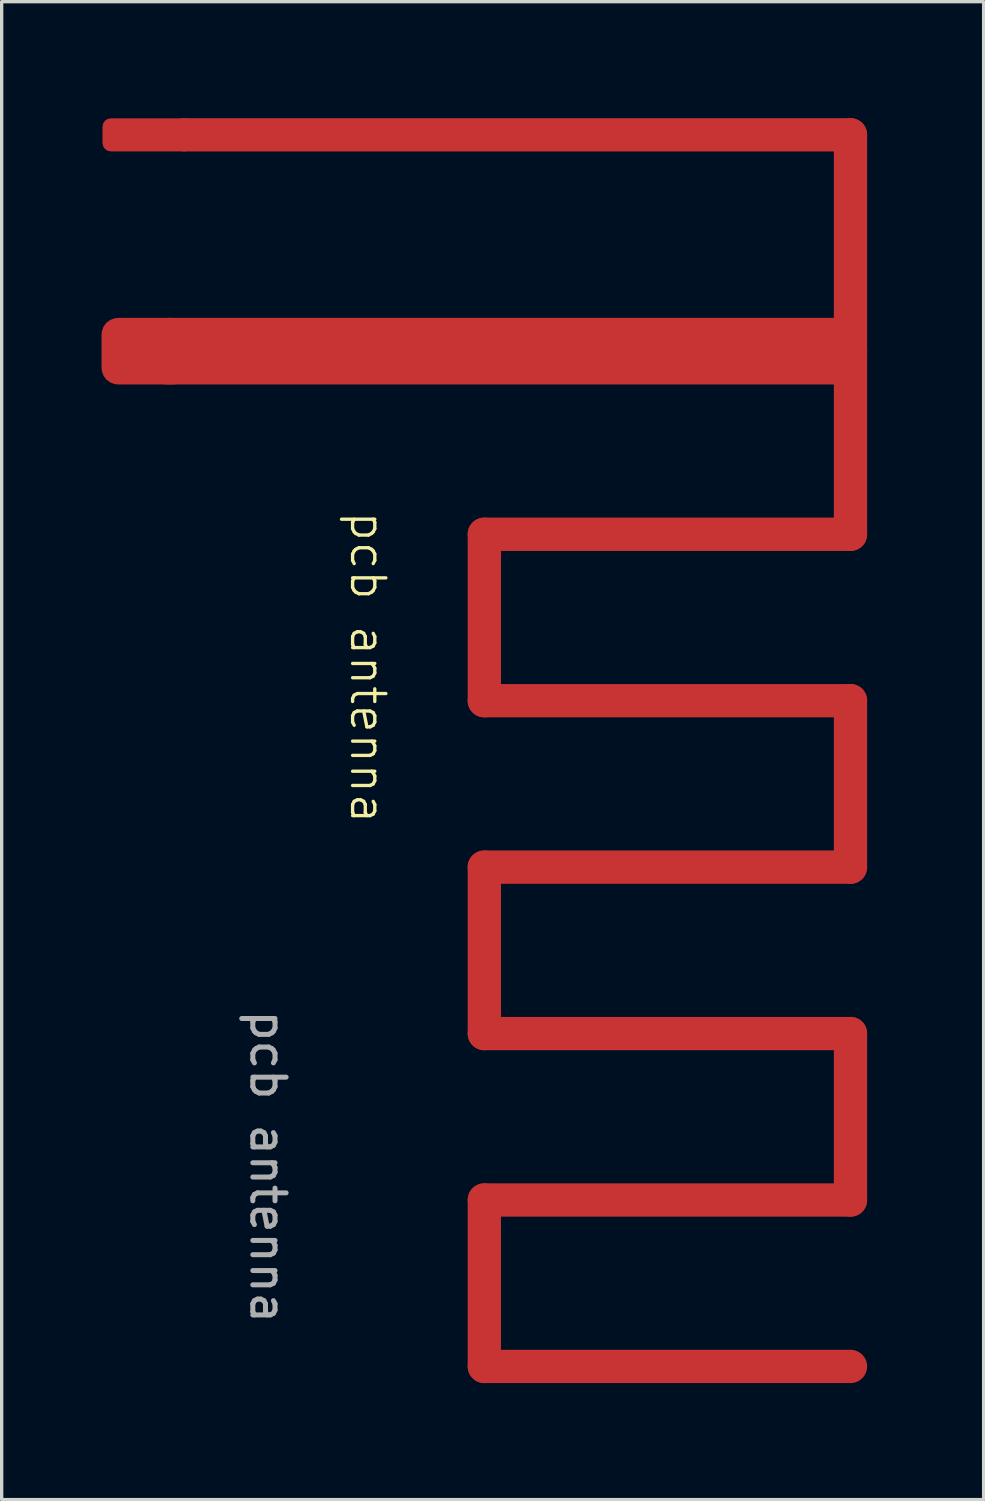
<source format=kicad_pcb>
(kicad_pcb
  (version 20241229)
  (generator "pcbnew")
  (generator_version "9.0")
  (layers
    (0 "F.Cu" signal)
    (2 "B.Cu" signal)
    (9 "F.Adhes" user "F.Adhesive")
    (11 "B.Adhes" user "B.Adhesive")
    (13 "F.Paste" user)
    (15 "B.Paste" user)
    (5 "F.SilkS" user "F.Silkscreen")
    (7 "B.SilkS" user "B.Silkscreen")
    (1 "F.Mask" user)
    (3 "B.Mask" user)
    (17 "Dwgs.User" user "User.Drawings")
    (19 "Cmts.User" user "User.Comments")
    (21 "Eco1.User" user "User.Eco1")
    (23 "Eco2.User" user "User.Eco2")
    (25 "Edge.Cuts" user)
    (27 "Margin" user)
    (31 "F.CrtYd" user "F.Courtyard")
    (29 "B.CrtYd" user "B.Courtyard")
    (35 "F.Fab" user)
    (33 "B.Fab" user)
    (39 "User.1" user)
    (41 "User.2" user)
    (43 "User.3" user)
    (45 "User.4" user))
  (footprint "pcb antenna"
    (layer "F.Cu")
    (at 13 16.5)
    (property "Reference" "pcb antenna" (at -5 0.5 270) (unlocked yes) (layer "F.SilkS") (effects (font (size 1 1) (thickness 0.1))))
    (attr smd)
    (fp_line (start -11 -9) (end 9 -9) (stroke (width 2) (type default)) (layer "F.Cu"))
    (fp_line (start -10.5 -15.5) (end 9.5 -15.5) (stroke (width 1) (type default)) (layer "F.Cu"))
    (fp_line (start -1.5 -3.5) (end 9.5 -3.5) (stroke (width 1) (type default)) (layer "F.Cu"))
    (fp_line (start -1.5 1.5) (end -1.5 -3.5) (stroke (width 1) (type default)) (layer "F.Cu"))
    (fp_line (start -1.5 1.5) (end 9.5 1.5) (stroke (width 1) (type default)) (layer "F.Cu"))
    (fp_line (start -1.5 6.5) (end 9.5 6.5) (stroke (width 1) (type default)) (layer "F.Cu"))
    (fp_line (start -1.5 11.5) (end -1.5 6.5) (stroke (width 1) (type default)) (layer "F.Cu"))
    (fp_line (start -1.5 11.5) (end 9.5 11.5) (stroke (width 1) (type default)) (layer "F.Cu"))
    (fp_line (start -1.5 16.5) (end 9.5 16.5) (stroke (width 1) (type default)) (layer "F.Cu"))
    (fp_line (start -1.5 21.5) (end -1.5 16.5) (stroke (width 1) (type default)) (layer "F.Cu"))
    (fp_line (start -1.5 21.5) (end 9.5 21.5) (stroke (width 1) (type default)) (layer "F.Cu"))
    (fp_line (start 9.5 -3.5) (end 9.5 -15.5) (stroke (width 1) (type default)) (layer "F.Cu"))
    (fp_line (start 9.5 6.5) (end 9.5 1.5) (stroke (width 1) (type default)) (layer "F.Cu"))
    (fp_line (start 9.5 16.5) (end 9.5 11.5) (stroke (width 1) (type default)) (layer "F.Cu"))
    (fp_text user "${REFERENCE}" (at -8 15.5 270) (unlocked yes) (layer "F.Fab") (effects (font (size 1 1) (thickness 0.15))))
    (pad "1" smd roundrect (at -11.614 -15.498) (size 2.713 0.993) (layers "F.Cu" "F.Mask" "F.Paste") (roundrect_rratio 0.25))
    (pad "2" smd roundrect (at -11.678 -9) (size 2.643 2) (layers "F.Cu" "F.Mask" "F.Paste") (roundrect_rratio 0.25))
    (zone (net_name "") (layer "F.Cu") (name "Keep out") (hatch edge 0.5) (connect_pads) (min_thickness 0.25) (filled_areas_thickness no) (keepout (tracks not_allowed) (vias not_allowed) (pads not_allowed) (copperpour not_allowed) (footprints not_allowed)) (placement (enabled no)) (fill) (polygon (pts (xy 2.5 0) (xy 23.5 0) (xy 23.5 39) (xy 2.5 39)))))
  (gr_rect
    (start -3 -3)
    (end 26.5 42)
    (stroke (width 0.1) (type default))
    (fill no)
    (layer "Edge.Cuts")))
</source>
